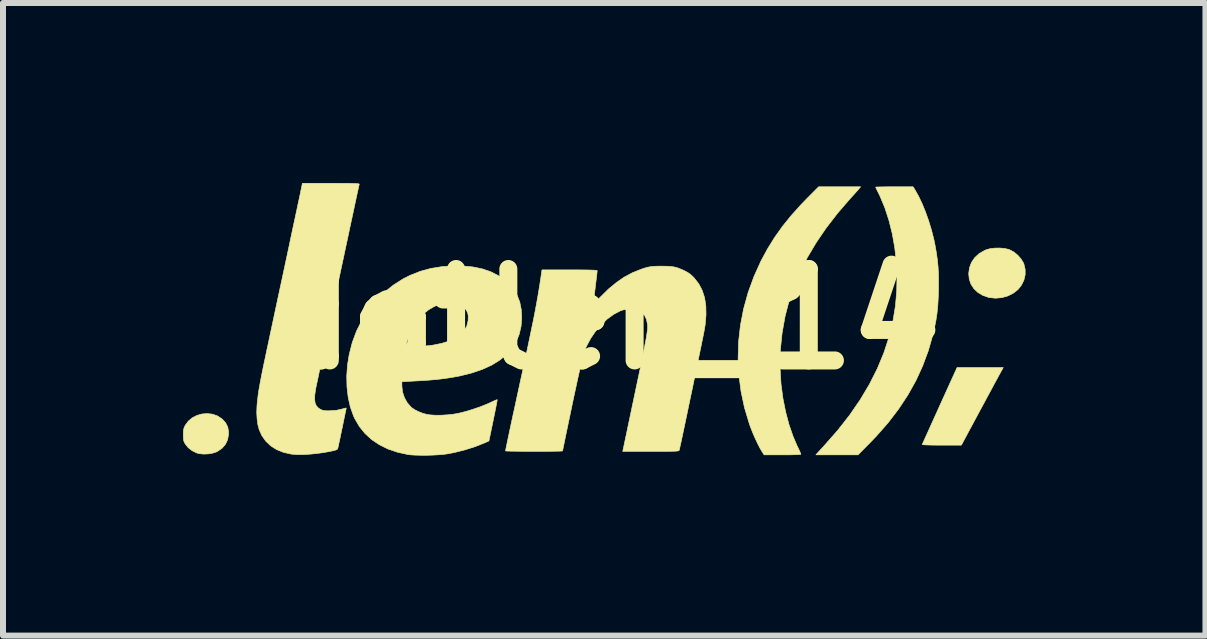
<source format=kicad_pcb>
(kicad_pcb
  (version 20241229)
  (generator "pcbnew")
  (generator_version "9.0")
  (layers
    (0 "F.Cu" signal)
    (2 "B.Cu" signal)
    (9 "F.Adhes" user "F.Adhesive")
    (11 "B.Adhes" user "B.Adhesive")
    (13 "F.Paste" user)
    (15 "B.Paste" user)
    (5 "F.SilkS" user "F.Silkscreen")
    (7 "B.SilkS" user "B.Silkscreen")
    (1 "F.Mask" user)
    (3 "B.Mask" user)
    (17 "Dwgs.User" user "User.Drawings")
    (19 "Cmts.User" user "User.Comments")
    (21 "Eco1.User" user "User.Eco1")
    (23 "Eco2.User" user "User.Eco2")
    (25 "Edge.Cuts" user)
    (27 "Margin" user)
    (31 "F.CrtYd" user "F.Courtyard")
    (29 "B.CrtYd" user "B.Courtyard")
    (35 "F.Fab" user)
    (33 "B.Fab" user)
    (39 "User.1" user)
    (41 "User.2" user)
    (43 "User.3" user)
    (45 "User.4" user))
  (footprint "dotlen_14"
    (layer "F.Cu")
    (at 7.019 2.268)
    (property "Reference" "dotlen_14" (at 0 0 0) (layer "F.SilkS") (effects (font (size 1.524 1.524) (thickness 0.3))))
    (attr through_hole)
    (fp_poly (pts (xy 6.631 0.846) (xy 6.621 0.862) (xy 6.602 0.898) (xy 6.574 0.949) (xy 6.538 1.016) (xy 6.495 1.095) (xy 6.447 1.185) (xy 6.393 1.284) (xy 6.337 1.389) (xy 6.281 1.492) (xy 5.954 2.101) (xy 5.626 2.101) (xy 5.532 2.101) (xy 5.451 2.1) (xy 5.386 2.098) (xy 5.338 2.096) (xy 5.309 2.093) (xy 5.301 2.091) (xy 5.307 2.078) (xy 5.321 2.047) (xy 5.343 1.998) (xy 5.372 1.934) (xy 5.407 1.857) (xy 5.447 1.767) (xy 5.492 1.668) (xy 5.541 1.56) (xy 5.592 1.446) (xy 5.593 1.444) (xy 5.882 0.808) (xy 6.652 0.808) (xy 6.631 0.846)) (stroke (width 0.01) (type solid)) (fill yes) (layer "F.SilkS"))
    (fp_poly (pts (xy 6.677 -1.176) (xy 6.747 -1.16) (xy 6.759 -1.155) (xy 6.827 -1.119) (xy 6.892 -1.066) (xy 6.947 -1.004) (xy 6.988 -0.938) (xy 6.996 -0.918) (xy 7.017 -0.829) (xy 7.017 -0.738) (xy 6.996 -0.649) (xy 6.956 -0.566) (xy 6.898 -0.493) (xy 6.898 -0.493) (xy 6.819 -0.431) (xy 6.727 -0.385) (xy 6.627 -0.357) (xy 6.523 -0.348) (xy 6.42 -0.359) (xy 6.402 -0.363) (xy 6.307 -0.397) (xy 6.226 -0.446) (xy 6.161 -0.509) (xy 6.113 -0.584) (xy 6.085 -0.668) (xy 6.076 -0.758) (xy 6.089 -0.853) (xy 6.089 -0.855) (xy 6.123 -0.945) (xy 6.177 -1.024) (xy 6.25 -1.091) (xy 6.34 -1.143) (xy 6.37 -1.156) (xy 6.435 -1.174) (xy 6.514 -1.183) (xy 6.597 -1.184) (xy 6.677 -1.176)) (stroke (width 0.01) (type solid)) (fill yes) (layer "F.SilkS"))
    (fp_poly (pts (xy -6.532 1.584) (xy -6.451 1.611) (xy -6.378 1.657) (xy -6.363 1.669) (xy -6.308 1.73) (xy -6.274 1.797) (xy -6.26 1.873) (xy -6.26 1.922) (xy -6.276 2.011) (xy -6.312 2.088) (xy -6.367 2.152) (xy -6.441 2.203) (xy -6.464 2.215) (xy -6.527 2.235) (xy -6.601 2.247) (xy -6.677 2.25) (xy -6.748 2.243) (xy -6.791 2.231) (xy -6.868 2.193) (xy -6.932 2.143) (xy -6.98 2.084) (xy -6.981 2.082) (xy -6.998 2.051) (xy -7.008 2.023) (xy -7.012 1.99) (xy -7.014 1.943) (xy -7.014 1.928) (xy -7.013 1.877) (xy -7.009 1.84) (xy -7 1.81) (xy -6.985 1.777) (xy -6.98 1.768) (xy -6.929 1.7) (xy -6.864 1.645) (xy -6.788 1.606) (xy -6.705 1.582) (xy -6.618 1.575) (xy -6.532 1.584)) (stroke (width 0.01) (type solid)) (fill yes) (layer "F.SilkS"))
    (fp_poly (pts (xy 4.247 -2.172) (xy 4.23 -2.151) (xy 4.2 -2.118) (xy 4.162 -2.075) (xy 4.119 -2.028) (xy 4.1 -2.007) (xy 3.891 -1.765) (xy 3.701 -1.519) (xy 3.532 -1.271) (xy 3.384 -1.021) (xy 3.258 -0.771) (xy 3.181 -0.591) (xy 3.088 -0.323) (xy 3.016 -0.048) (xy 2.966 0.232) (xy 2.937 0.515) (xy 2.931 0.799) (xy 2.948 1.082) (xy 2.98 1.322) (xy 3.025 1.547) (xy 3.081 1.759) (xy 3.149 1.955) (xy 3.214 2.108) (xy 3.239 2.159) (xy 3.259 2.203) (xy 3.273 2.236) (xy 3.279 2.252) (xy 3.279 2.253) (xy 3.268 2.256) (xy 3.237 2.258) (xy 3.189 2.26) (xy 3.126 2.262) (xy 3.053 2.263) (xy 2.973 2.263) (xy 2.666 2.263) (xy 2.631 2.208) (xy 2.595 2.147) (xy 2.555 2.069) (xy 2.514 1.981) (xy 2.474 1.888) (xy 2.438 1.796) (xy 2.421 1.748) (xy 2.34 1.48) (xy 2.282 1.207) (xy 2.246 0.932) (xy 2.233 0.655) (xy 2.241 0.378) (xy 2.272 0.102) (xy 2.325 -0.172) (xy 2.4 -0.443) (xy 2.497 -0.709) (xy 2.615 -0.97) (xy 2.723 -1.17) (xy 2.841 -1.36) (xy 2.973 -1.546) (xy 3.121 -1.729) (xy 3.287 -1.913) (xy 3.383 -2.012) (xy 3.575 -2.205) (xy 4.275 -2.205) (xy 4.247 -2.172)) (stroke (width 0.01) (type solid)) (fill yes) (layer "F.SilkS"))
    (fp_poly (pts (xy 5.177 -2.161) (xy 5.238 -2.053) (xy 5.299 -1.926) (xy 5.356 -1.786) (xy 5.409 -1.637) (xy 5.456 -1.483) (xy 5.495 -1.33) (xy 5.512 -1.248) (xy 5.536 -1.113) (xy 5.554 -0.988) (xy 5.566 -0.865) (xy 5.573 -0.739) (xy 5.574 -0.602) (xy 5.573 -0.491) (xy 5.568 -0.345) (xy 5.56 -0.216) (xy 5.548 -0.098) (xy 5.531 0.017) (xy 5.508 0.134) (xy 5.479 0.26) (xy 5.479 0.26) (xy 5.404 0.524) (xy 5.309 0.78) (xy 5.196 1.026) (xy 5.062 1.266) (xy 4.908 1.499) (xy 4.733 1.728) (xy 4.535 1.953) (xy 4.434 2.058) (xy 4.231 2.263) (xy 3.88 2.263) (xy 3.529 2.263) (xy 3.557 2.231) (xy 3.576 2.21) (xy 3.607 2.176) (xy 3.644 2.136) (xy 3.67 2.107) (xy 3.893 1.854) (xy 4.092 1.6) (xy 4.268 1.344) (xy 4.422 1.086) (xy 4.553 0.826) (xy 4.662 0.563) (xy 4.749 0.298) (xy 4.814 0.03) (xy 4.855 -0.219) (xy 4.876 -0.459) (xy 4.881 -0.702) (xy 4.87 -0.946) (xy 4.844 -1.186) (xy 4.803 -1.42) (xy 4.747 -1.645) (xy 4.678 -1.857) (xy 4.595 -2.055) (xy 4.573 -2.099) (xy 4.552 -2.141) (xy 4.536 -2.175) (xy 4.527 -2.195) (xy 4.526 -2.199) (xy 4.537 -2.201) (xy 4.568 -2.202) (xy 4.616 -2.203) (xy 4.679 -2.204) (xy 4.752 -2.205) (xy 4.834 -2.205) (xy 5.149 -2.205) (xy 5.177 -2.161)) (stroke (width 0.01) (type solid)) (fill yes) (layer "F.SilkS"))
    (fp_poly (pts (xy -4.431 -2.263) (xy -4.33 -2.262) (xy -4.25 -2.262) (xy -4.187 -2.26) (xy -4.141 -2.259) (xy -4.109 -2.256) (xy -4.09 -2.254) (xy -4.082 -2.25) (xy -4.081 -2.248) (xy -4.085 -2.235) (xy -4.092 -2.201) (xy -4.104 -2.147) (xy -4.12 -2.075) (xy -4.139 -1.986) (xy -4.161 -1.882) (xy -4.186 -1.765) (xy -4.214 -1.636) (xy -4.244 -1.497) (xy -4.275 -1.348) (xy -4.309 -1.192) (xy -4.343 -1.03) (xy -4.379 -0.864) (xy -4.415 -0.694) (xy -4.451 -0.524) (xy -4.487 -0.353) (xy -4.523 -0.184) (xy -4.558 -0.019) (xy -4.593 0.143) (xy -4.625 0.297) (xy -4.657 0.445) (xy -4.686 0.583) (xy -4.713 0.71) (xy -4.737 0.825) (xy -4.758 0.927) (xy -4.776 1.013) (xy -4.791 1.082) (xy -4.802 1.133) (xy -4.808 1.164) (xy -4.809 1.172) (xy -4.823 1.265) (xy -4.825 1.339) (xy -4.817 1.399) (xy -4.797 1.445) (xy -4.764 1.481) (xy -4.734 1.501) (xy -4.706 1.515) (xy -4.68 1.523) (xy -4.647 1.527) (xy -4.603 1.529) (xy -4.572 1.528) (xy -4.46 1.52) (xy -4.382 1.503) (xy -4.342 1.492) (xy -4.313 1.484) (xy -4.299 1.482) (xy -4.299 1.482) (xy -4.3 1.493) (xy -4.306 1.523) (xy -4.316 1.57) (xy -4.328 1.628) (xy -4.342 1.696) (xy -4.357 1.77) (xy -4.373 1.846) (xy -4.389 1.921) (xy -4.403 1.991) (xy -4.417 2.054) (xy -4.428 2.105) (xy -4.436 2.143) (xy -4.439 2.154) (xy -4.446 2.168) (xy -4.463 2.179) (xy -4.495 2.189) (xy -4.534 2.198) (xy -4.659 2.222) (xy -4.785 2.24) (xy -4.908 2.252) (xy -5.023 2.259) (xy -5.125 2.258) (xy -5.21 2.251) (xy -5.217 2.25) (xy -5.345 2.221) (xy -5.459 2.175) (xy -5.557 2.113) (xy -5.639 2.035) (xy -5.704 1.943) (xy -5.749 1.843) (xy -5.771 1.76) (xy -5.784 1.662) (xy -5.79 1.556) (xy -5.786 1.449) (xy -5.784 1.424) (xy -5.779 1.374) (xy -5.774 1.328) (xy -5.769 1.284) (xy -5.763 1.239) (xy -5.756 1.192) (xy -5.747 1.141) (xy -5.737 1.084) (xy -5.725 1.02) (xy -5.711 0.946) (xy -5.694 0.862) (xy -5.674 0.764) (xy -5.65 0.652) (xy -5.623 0.523) (xy -5.591 0.375) (xy -5.556 0.208) (xy -5.542 0.144) (xy -5.488 -0.11) (xy -5.436 -0.353) (xy -5.386 -0.585) (xy -5.339 -0.804) (xy -5.295 -1.01) (xy -5.254 -1.202) (xy -5.217 -1.378) (xy -5.183 -1.538) (xy -5.152 -1.681) (xy -5.125 -1.806) (xy -5.103 -1.912) (xy -5.084 -1.999) (xy -5.07 -2.064) (xy -5.061 -2.108) (xy -5.061 -2.11) (xy -5.029 -2.263) (xy -4.552 -2.263) (xy -4.431 -2.263)) (stroke (width 0.01) (type solid)) (fill yes) (layer "F.SilkS"))
    (fp_poly (pts (xy -2.362 -0.885) (xy -2.189 -0.869) (xy -2.032 -0.837) (xy -1.89 -0.789) (xy -1.763 -0.724) (xy -1.65 -0.642) (xy -1.593 -0.59) (xy -1.511 -0.495) (xy -1.449 -0.393) (xy -1.406 -0.283) (xy -1.382 -0.161) (xy -1.374 -0.029) (xy -1.384 0.117) (xy -1.415 0.252) (xy -1.465 0.376) (xy -1.537 0.49) (xy -1.628 0.593) (xy -1.74 0.684) (xy -1.872 0.766) (xy -2.025 0.836) (xy -2.198 0.896) (xy -2.392 0.945) (xy -2.426 0.952) (xy -2.542 0.973) (xy -2.66 0.991) (xy -2.785 1.006) (xy -2.922 1.018) (xy -3.076 1.028) (xy -3.114 1.03) (xy -3.371 1.044) (xy -3.371 1.115) (xy -3.361 1.213) (xy -3.33 1.307) (xy -3.282 1.394) (xy -3.219 1.466) (xy -3.212 1.473) (xy -3.162 1.508) (xy -3.098 1.541) (xy -3.026 1.569) (xy -2.956 1.589) (xy -2.888 1.598) (xy -2.804 1.603) (xy -2.71 1.602) (xy -2.612 1.596) (xy -2.517 1.586) (xy -2.43 1.571) (xy -2.43 1.571) (xy -2.317 1.543) (xy -2.194 1.506) (xy -2.07 1.464) (xy -1.955 1.418) (xy -1.906 1.396) (xy -1.858 1.374) (xy -1.819 1.356) (xy -1.792 1.346) (xy -1.782 1.343) (xy -1.783 1.355) (xy -1.789 1.387) (xy -1.798 1.435) (xy -1.81 1.498) (xy -1.825 1.572) (xy -1.842 1.655) (xy -1.849 1.689) (xy -1.92 2.031) (xy -1.996 2.065) (xy -2.151 2.126) (xy -2.32 2.18) (xy -2.496 2.224) (xy -2.609 2.246) (xy -2.677 2.255) (xy -2.761 2.262) (xy -2.854 2.267) (xy -2.952 2.27) (xy -3.048 2.27) (xy -3.138 2.268) (xy -3.215 2.264) (xy -3.272 2.257) (xy -3.445 2.219) (xy -3.604 2.165) (xy -3.747 2.094) (xy -3.875 2.008) (xy -3.986 1.906) (xy -4.08 1.79) (xy -4.156 1.659) (xy -4.177 1.614) (xy -4.23 1.465) (xy -4.266 1.303) (xy -4.286 1.129) (xy -4.29 0.949) (xy -4.277 0.763) (xy -4.248 0.587) (xy -4.211 0.443) (xy -3.3 0.443) (xy -3.289 0.456) (xy -3.263 0.462) (xy -3.221 0.462) (xy -3.159 0.459) (xy -3.132 0.458) (xy -3.059 0.454) (xy -2.984 0.448) (xy -2.913 0.442) (xy -2.857 0.435) (xy -2.851 0.434) (xy -2.708 0.405) (xy -2.584 0.367) (xy -2.48 0.318) (xy -2.396 0.26) (xy -2.332 0.193) (xy -2.289 0.116) (xy -2.268 0.03) (xy -2.266 0.01) (xy -2.265 -0.058) (xy -2.277 -0.112) (xy -2.304 -0.158) (xy -2.337 -0.195) (xy -2.403 -0.24) (xy -2.479 -0.267) (xy -2.563 -0.277) (xy -2.652 -0.27) (xy -2.743 -0.247) (xy -2.835 -0.208) (xy -2.924 -0.156) (xy -3.008 -0.089) (xy -3.084 -0.01) (xy -3.122 0.039) (xy -3.204 0.174) (xy -3.267 0.323) (xy -3.273 0.339) (xy -3.289 0.387) (xy -3.299 0.421) (xy -3.3 0.443) (xy -4.211 0.443) (xy -4.197 0.388) (xy -4.126 0.198) (xy -4.036 0.018) (xy -3.929 -0.15) (xy -3.805 -0.304) (xy -3.667 -0.443) (xy -3.514 -0.566) (xy -3.349 -0.671) (xy -3.234 -0.729) (xy -3.065 -0.796) (xy -2.889 -0.844) (xy -2.703 -0.874) (xy -2.552 -0.885) (xy -2.362 -0.885)) (stroke (width 0.01) (type solid)) (fill yes) (layer "F.SilkS"))
    (fp_poly (pts (xy 1.034 -0.881) (xy 1.105 -0.877) (xy 1.165 -0.869) (xy 1.221 -0.855) (xy 1.277 -0.833) (xy 1.334 -0.808) (xy 1.393 -0.777) (xy 1.441 -0.743) (xy 1.488 -0.699) (xy 1.502 -0.684) (xy 1.577 -0.588) (xy 1.634 -0.479) (xy 1.674 -0.357) (xy 1.695 -0.221) (xy 1.698 -0.071) (xy 1.684 0.094) (xy 1.674 0.156) (xy 1.669 0.184) (xy 1.66 0.232) (xy 1.647 0.297) (xy 1.63 0.379) (xy 1.611 0.473) (xy 1.589 0.58) (xy 1.565 0.695) (xy 1.54 0.818) (xy 1.513 0.947) (xy 1.486 1.079) (xy 1.458 1.213) (xy 1.43 1.345) (xy 1.403 1.475) (xy 1.377 1.6) (xy 1.352 1.719) (xy 1.329 1.828) (xy 1.308 1.927) (xy 1.29 2.013) (xy 1.274 2.084) (xy 1.262 2.138) (xy 1.255 2.172) (xy 1.251 2.185) (xy 1.249 2.19) (xy 1.242 2.194) (xy 1.23 2.197) (xy 1.21 2.2) (xy 1.18 2.202) (xy 1.138 2.203) (xy 1.081 2.204) (xy 1.009 2.205) (xy 0.918 2.205) (xy 0.806 2.205) (xy 0.778 2.205) (xy 0.31 2.205) (xy 0.317 2.173) (xy 0.32 2.157) (xy 0.328 2.12) (xy 0.34 2.064) (xy 0.355 1.991) (xy 0.374 1.903) (xy 0.395 1.802) (xy 0.419 1.688) (xy 0.445 1.565) (xy 0.472 1.435) (xy 0.501 1.299) (xy 0.54 1.113) (xy 0.575 0.948) (xy 0.605 0.804) (xy 0.631 0.677) (xy 0.653 0.568) (xy 0.672 0.473) (xy 0.687 0.393) (xy 0.7 0.326) (xy 0.709 0.27) (xy 0.716 0.223) (xy 0.721 0.185) (xy 0.724 0.154) (xy 0.725 0.128) (xy 0.724 0.106) (xy 0.723 0.092) (xy 0.706 0.006) (xy 0.673 -0.063) (xy 0.624 -0.116) (xy 0.585 -0.142) (xy 0.53 -0.16) (xy 0.463 -0.169) (xy 0.39 -0.166) (xy 0.318 -0.153) (xy 0.271 -0.138) (xy 0.161 -0.08) (xy 0.053 -0.002) (xy -0.048 0.093) (xy -0.142 0.202) (xy -0.224 0.322) (xy -0.293 0.451) (xy -0.334 0.55) (xy -0.343 0.58) (xy -0.357 0.632) (xy -0.374 0.704) (xy -0.395 0.794) (xy -0.419 0.9) (xy -0.446 1.021) (xy -0.475 1.156) (xy -0.507 1.303) (xy -0.531 1.417) (xy -0.558 1.547) (xy -0.584 1.671) (xy -0.608 1.786) (xy -0.63 1.89) (xy -0.649 1.983) (xy -0.665 2.061) (xy -0.678 2.123) (xy -0.687 2.168) (xy -0.692 2.193) (xy -0.693 2.197) (xy -0.704 2.199) (xy -0.735 2.201) (xy -0.783 2.202) (xy -0.846 2.203) (xy -0.92 2.204) (xy -1.003 2.205) (xy -1.09 2.205) (xy -1.181 2.205) (xy -1.271 2.205) (xy -1.357 2.204) (xy -1.438 2.203) (xy -1.509 2.202) (xy -1.568 2.201) (xy -1.611 2.2) (xy -1.637 2.198) (xy -1.643 2.197) (xy -1.641 2.184) (xy -1.635 2.151) (xy -1.624 2.099) (xy -1.61 2.029) (xy -1.592 1.944) (xy -1.571 1.844) (xy -1.547 1.733) (xy -1.521 1.611) (xy -1.492 1.48) (xy -1.462 1.342) (xy -1.453 1.299) (xy -1.405 1.077) (xy -1.361 0.876) (xy -1.322 0.694) (xy -1.286 0.53) (xy -1.255 0.382) (xy -1.227 0.248) (xy -1.202 0.126) (xy -1.179 0.016) (xy -1.159 -0.085) (xy -1.141 -0.179) (xy -1.125 -0.267) (xy -1.11 -0.35) (xy -1.096 -0.431) (xy -1.083 -0.51) (xy -1.07 -0.591) (xy -1.058 -0.673) (xy -1.055 -0.69) (xy -1.036 -0.82) (xy -0.576 -0.82) (xy -0.449 -0.82) (xy -0.344 -0.819) (xy -0.26 -0.818) (xy -0.197 -0.816) (xy -0.152 -0.814) (xy -0.125 -0.811) (xy -0.116 -0.807) (xy -0.115 -0.807) (xy -0.117 -0.791) (xy -0.121 -0.755) (xy -0.126 -0.706) (xy -0.134 -0.645) (xy -0.142 -0.578) (xy -0.15 -0.509) (xy -0.159 -0.442) (xy -0.167 -0.381) (xy -0.173 -0.33) (xy -0.178 -0.293) (xy -0.181 -0.277) (xy -0.183 -0.263) (xy -0.18 -0.257) (xy -0.172 -0.26) (xy -0.155 -0.274) (xy -0.128 -0.3) (xy -0.089 -0.341) (xy -0.057 -0.373) (xy 0.074 -0.502) (xy 0.204 -0.609) (xy 0.334 -0.699) (xy 0.469 -0.771) (xy 0.612 -0.829) (xy 0.675 -0.85) (xy 0.721 -0.863) (xy 0.761 -0.871) (xy 0.802 -0.877) (xy 0.85 -0.88) (xy 0.912 -0.882) (xy 0.947 -0.882) (xy 1.034 -0.881)) (stroke (width 0.01) (type solid)) (fill yes) (layer "F.SilkS")))
  (gr_rect
    (start -3 -3)
    (end 17.041 7.543)
    (stroke (width 0.1) (type default))
    (fill no)
    (layer "Edge.Cuts")))
</source>
